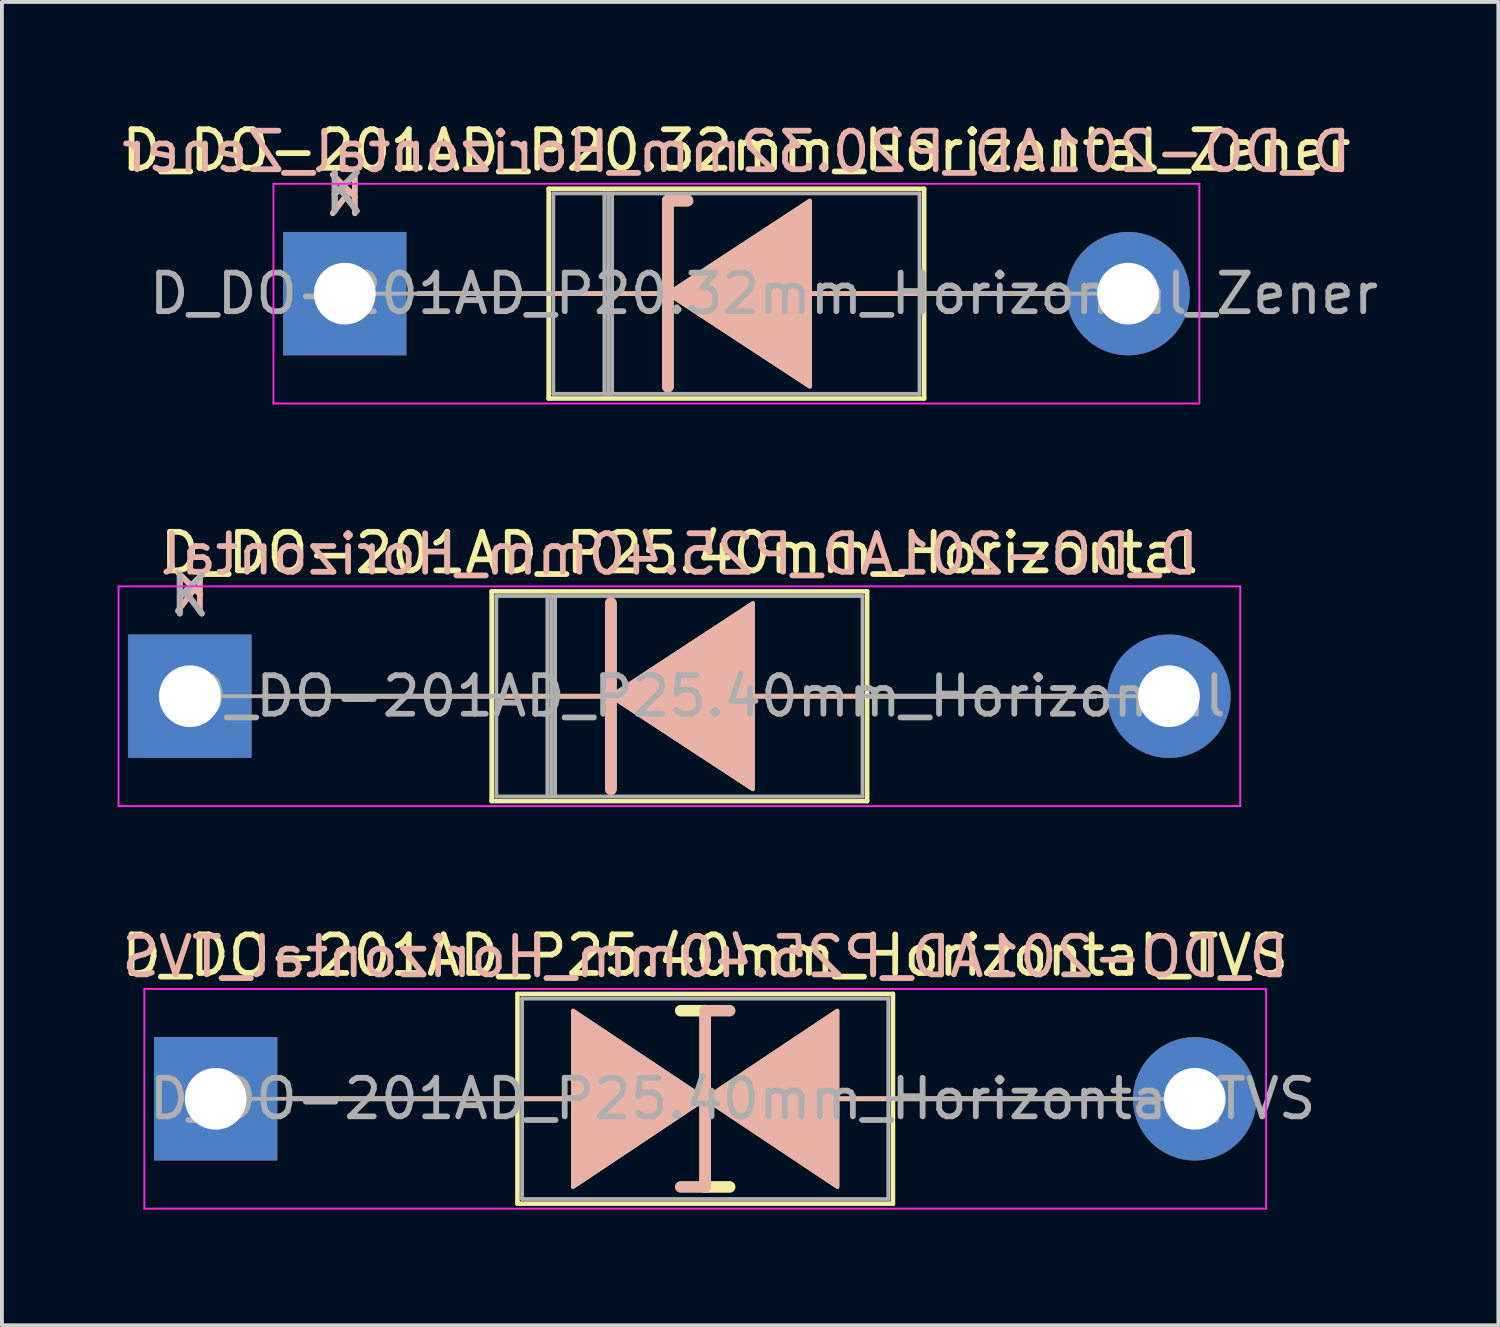
<source format=kicad_pcb>
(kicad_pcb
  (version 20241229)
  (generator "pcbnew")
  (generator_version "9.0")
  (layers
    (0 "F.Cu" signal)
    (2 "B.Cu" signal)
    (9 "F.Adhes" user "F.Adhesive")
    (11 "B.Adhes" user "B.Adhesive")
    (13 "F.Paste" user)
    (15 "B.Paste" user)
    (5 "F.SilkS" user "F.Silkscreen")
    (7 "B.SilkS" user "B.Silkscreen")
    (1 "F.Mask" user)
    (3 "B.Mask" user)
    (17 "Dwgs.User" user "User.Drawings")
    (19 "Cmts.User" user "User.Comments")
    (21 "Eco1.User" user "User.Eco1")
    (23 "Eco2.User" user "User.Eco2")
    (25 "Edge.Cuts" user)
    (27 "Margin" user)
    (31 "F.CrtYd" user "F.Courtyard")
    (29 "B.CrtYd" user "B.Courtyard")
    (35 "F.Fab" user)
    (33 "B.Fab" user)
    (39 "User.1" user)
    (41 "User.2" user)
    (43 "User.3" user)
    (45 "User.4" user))
  (footprint "D_DO-201AD_P25.40mm_Horizontal"
    (layer "F.Cu")
    (at 1.875 15.011)
    (property "Reference" "D_DO-201AD_P25.40mm_Horizontal" (at 12.7 -3.72 0) (layer "F.SilkS") (effects (font (size 1 1) (thickness 0.15))))
    (fp_line (start 1.905 0) (end 7.83 0) (stroke (width 0.12) (type solid)) (layer "F.SilkS"))
    (fp_line (start 7.83 -2.72) (end 7.83 2.72) (stroke (width 0.12) (type solid)) (layer "F.SilkS"))
    (fp_line (start 7.83 2.72) (end 17.57 2.72) (stroke (width 0.12) (type solid)) (layer "F.SilkS"))
    (fp_line (start 10.795 0) (end 7.83 0) (stroke (width 0.12) (type solid)) (layer "F.SilkS"))
    (fp_line (start 10.922 -2.413) (end 10.922 2.413) (stroke (width 0.3) (type solid)) (layer "F.SilkS"))
    (fp_line (start 14.605 0) (end 17.57 0) (stroke (width 0.12) (type solid)) (layer "F.SilkS"))
    (fp_line (start 17.57 -2.72) (end 7.83 -2.72) (stroke (width 0.12) (type solid)) (layer "F.SilkS"))
    (fp_line (start 17.57 2.72) (end 17.57 -2.72) (stroke (width 0.12) (type solid)) (layer "F.SilkS"))
    (fp_line (start 23.495 0) (end 17.57 0) (stroke (width 0.12) (type solid)) (layer "F.SilkS"))
    (fp_poly (pts (xy 14.605 2.413) (xy 10.922 0) (xy 14.605 -2.413)) (stroke (width 0.1) (type solid)) (fill yes) (layer "F.SilkS"))
    (fp_line (start 1.905 0) (end 7.83 0) (stroke (width 0.12) (type solid)) (layer "B.SilkS"))
    (fp_line (start 10.795 0) (end 7.83 0) (stroke (width 0.12) (type solid)) (layer "B.SilkS"))
    (fp_line (start 10.922 2.413) (end 10.922 -2.413) (stroke (width 0.3) (type solid)) (layer "B.SilkS"))
    (fp_line (start 14.605 0) (end 17.57 0) (stroke (width 0.12) (type solid)) (layer "B.SilkS"))
    (fp_line (start 23.495 0) (end 17.57 0) (stroke (width 0.12) (type solid)) (layer "B.SilkS"))
    (fp_poly (pts (xy 14.605 -2.413) (xy 10.922 0) (xy 14.605 2.413)) (stroke (width 0.1) (type solid)) (fill yes) (layer "B.SilkS"))
    (fp_line (start -1.85 -2.85) (end -1.85 2.85) (stroke (width 0.05) (type solid)) (layer "F.CrtYd"))
    (fp_line (start -1.85 2.85) (end 27.25 2.85) (stroke (width 0.05) (type solid)) (layer "F.CrtYd"))
    (fp_line (start 27.25 -2.85) (end -1.85 -2.85) (stroke (width 0.05) (type solid)) (layer "F.CrtYd"))
    (fp_line (start 27.25 2.85) (end 27.25 -2.85) (stroke (width 0.05) (type solid)) (layer "F.CrtYd"))
    (fp_line (start 0 0) (end 7.95 0) (stroke (width 0.1) (type solid)) (layer "F.Fab"))
    (fp_line (start 7.95 -2.6) (end 7.95 2.6) (stroke (width 0.1) (type solid)) (layer "F.Fab"))
    (fp_line (start 7.95 2.6) (end 17.45 2.6) (stroke (width 0.1) (type solid)) (layer "F.Fab"))
    (fp_line (start 9.275 -2.6) (end 9.275 2.6) (stroke (width 0.1) (type solid)) (layer "F.Fab"))
    (fp_line (start 9.375 -2.6) (end 9.375 2.6) (stroke (width 0.1) (type solid)) (layer "F.Fab"))
    (fp_line (start 9.475 -2.6) (end 9.475 2.6) (stroke (width 0.1) (type solid)) (layer "F.Fab"))
    (fp_line (start 17.45 -2.6) (end 7.95 -2.6) (stroke (width 0.1) (type solid)) (layer "F.Fab"))
    (fp_line (start 17.45 2.6) (end 17.45 -2.6) (stroke (width 0.1) (type solid)) (layer "F.Fab"))
    (fp_line (start 25.4 0) (end 17.45 0) (stroke (width 0.1) (type solid)) (layer "F.Fab"))
    (fp_text user "K" (at 0 -2.6 0) (layer "F.SilkS") (effects (font (size 1 1) (thickness 0.15))))
    (fp_text user "K" (at 0 -2.667 0) (layer "B.SilkS") (effects (font (size 1 1) (thickness 0.15)) (justify mirror)))
    (fp_text user "${REFERENCE}" (at 12.7 -3.683 0) (layer "B.SilkS") (effects (font (size 1 1) (thickness 0.15)) (justify mirror)))
    (fp_text user "K" (at 0 -2.6 0) (layer "F.Fab") (effects (font (size 1 1) (thickness 0.15))))
    (fp_text user "${REFERENCE}" (at 13.412 0 0) (layer "F.Fab") (effects (font (size 1 1) (thickness 0.15))))
    (pad "1" thru_hole rect (at 0 0) (size 3.2 3.2) (drill 1.6) (layers "*.Cu" "*.Mask"))
    (pad "2" thru_hole oval (at 25.4 0) (size 3.2 3.2) (drill 1.6) (layers "*.Cu" "*.Mask")))
  (footprint "D_DO-201AD_P25.40mm_Horizontal_TVS"
    (layer "F.Cu")
    (at 2.544 25.455)
    (property "Reference" "D_DO-201AD_P25.40mm_Horizontal_TVS" (at 12.7 -3.72 0) (layer "F.SilkS") (effects (font (size 1 1) (thickness 0.15))))
    (fp_line (start 1.905 0) (end 7.83 0) (stroke (width 0.12) (type solid)) (layer "F.SilkS"))
    (fp_line (start 7.83 -2.72) (end 7.83 2.72) (stroke (width 0.12) (type solid)) (layer "F.SilkS"))
    (fp_line (start 7.83 0) (end 9.271 0) (stroke (width 0.12) (type solid)) (layer "F.SilkS"))
    (fp_line (start 7.83 2.72) (end 17.57 2.72) (stroke (width 0.12) (type solid)) (layer "F.SilkS"))
    (fp_line (start 12.7 -2.286) (end 12.065 -2.286) (stroke (width 0.3) (type solid)) (layer "F.SilkS"))
    (fp_line (start 12.7 2.286) (end 12.7 -2.286) (stroke (width 0.3) (type solid)) (layer "F.SilkS"))
    (fp_line (start 13.335 2.286) (end 12.7 2.286) (stroke (width 0.3) (type solid)) (layer "F.SilkS"))
    (fp_line (start 16.129 0) (end 17.57 0) (stroke (width 0.12) (type solid)) (layer "F.SilkS"))
    (fp_line (start 17.57 -2.72) (end 7.83 -2.72) (stroke (width 0.12) (type solid)) (layer "F.SilkS"))
    (fp_line (start 17.57 2.72) (end 17.57 -2.72) (stroke (width 0.12) (type solid)) (layer "F.SilkS"))
    (fp_line (start 23.495 0) (end 17.57 0) (stroke (width 0.12) (type solid)) (layer "F.SilkS"))
    (fp_poly (pts (xy 12.7 0) (xy 9.271 2.286) (xy 9.271 -2.286)) (stroke (width 0.1) (type solid)) (fill yes) (layer "F.SilkS"))
    (fp_poly (pts (xy 12.7 0) (xy 16.129 -2.286) (xy 16.129 2.286)) (stroke (width 0.1) (type solid)) (fill yes) (layer "F.SilkS"))
    (fp_line (start 1.905 0) (end 7.83 0) (stroke (width 0.12) (type solid)) (layer "B.SilkS"))
    (fp_line (start 7.83 0) (end 9.271 0) (stroke (width 0.12) (type solid)) (layer "B.SilkS"))
    (fp_line (start 12.7 -2.286) (end 12.7 2.286) (stroke (width 0.3) (type solid)) (layer "B.SilkS"))
    (fp_line (start 12.7 2.286) (end 12.065 2.286) (stroke (width 0.3) (type solid)) (layer "B.SilkS"))
    (fp_line (start 13.335 -2.286) (end 12.7 -2.286) (stroke (width 0.3) (type solid)) (layer "B.SilkS"))
    (fp_line (start 16.129 0) (end 17.57 0) (stroke (width 0.12) (type solid)) (layer "B.SilkS"))
    (fp_line (start 23.495 0) (end 17.57 0) (stroke (width 0.12) (type solid)) (layer "B.SilkS"))
    (fp_poly (pts (xy 12.7 0) (xy 9.271 -2.286) (xy 9.271 2.286)) (stroke (width 0.1) (type solid)) (fill yes) (layer "B.SilkS"))
    (fp_poly (pts (xy 12.7 0) (xy 16.129 2.286) (xy 16.129 -2.286)) (stroke (width 0.1) (type solid)) (fill yes) (layer "B.SilkS"))
    (fp_line (start -1.85 -2.85) (end -1.85 2.85) (stroke (width 0.05) (type solid)) (layer "F.CrtYd"))
    (fp_line (start -1.85 2.85) (end 27.25 2.85) (stroke (width 0.05) (type solid)) (layer "F.CrtYd"))
    (fp_line (start 27.25 -2.85) (end -1.85 -2.85) (stroke (width 0.05) (type solid)) (layer "F.CrtYd"))
    (fp_line (start 27.25 2.85) (end 27.25 -2.85) (stroke (width 0.05) (type solid)) (layer "F.CrtYd"))
    (fp_line (start 0 0) (end 7.95 0) (stroke (width 0.1) (type solid)) (layer "F.Fab"))
    (fp_line (start 7.95 -2.6) (end 7.95 2.6) (stroke (width 0.1) (type solid)) (layer "F.Fab"))
    (fp_line (start 7.95 2.6) (end 17.45 2.6) (stroke (width 0.1) (type solid)) (layer "F.Fab"))
    (fp_line (start 17.45 -2.6) (end 7.95 -2.6) (stroke (width 0.1) (type solid)) (layer "F.Fab"))
    (fp_line (start 17.45 2.6) (end 17.45 -2.6) (stroke (width 0.1) (type solid)) (layer "F.Fab"))
    (fp_line (start 25.4 0) (end 17.45 0) (stroke (width 0.1) (type solid)) (layer "F.Fab"))
    (fp_text user "${REFERENCE}" (at 12.7 -3.683 0) (layer "B.SilkS") (effects (font (size 1 1) (thickness 0.15)) (justify mirror)))
    (fp_text user "${REFERENCE}" (at 13.412 0 0) (layer "F.Fab") (effects (font (size 1 1) (thickness 0.15))))
    (pad "1" thru_hole rect (at 0 0) (size 3.2 3.2) (drill 1.6) (layers "*.Cu" "*.Mask"))
    (pad "2" thru_hole oval (at 25.4 0) (size 3.2 3.2) (drill 1.6) (layers "*.Cu" "*.Mask")))
  (footprint "D_DO-201AD_P20.32mm_Horizontal_Zener"
    (layer "F.Cu")
    (at 5.894 4.568)
    (property "Reference" "D_DO-201AD_P20.32mm_Horizontal_Zener" (at 10.16 -3.72 0) (layer "F.SilkS") (effects (font (size 1 1) (thickness 0.15))))
    (fp_line (start 1.905 0) (end 5.29 0) (stroke (width 0.12) (type solid)) (layer "F.SilkS"))
    (fp_line (start 5.29 -2.72) (end 5.29 2.72) (stroke (width 0.12) (type solid)) (layer "F.SilkS"))
    (fp_line (start 5.29 2.72) (end 15.03 2.72) (stroke (width 0.12) (type solid)) (layer "F.SilkS"))
    (fp_line (start 8.255 0) (end 5.29 0) (stroke (width 0.12) (type solid)) (layer "F.SilkS"))
    (fp_line (start 8.382 -2.413) (end 8.382 2.413) (stroke (width 0.3) (type solid)) (layer "F.SilkS"))
    (fp_line (start 8.382 -2.413) (end 8.89 -2.413) (stroke (width 0.3) (type solid)) (layer "F.SilkS"))
    (fp_line (start 12.065 0) (end 15.03 0) (stroke (width 0.12) (type solid)) (layer "F.SilkS"))
    (fp_line (start 15.03 -2.72) (end 5.29 -2.72) (stroke (width 0.12) (type solid)) (layer "F.SilkS"))
    (fp_line (start 15.03 2.72) (end 15.03 -2.72) (stroke (width 0.12) (type solid)) (layer "F.SilkS"))
    (fp_line (start 18.415 0) (end 15.03 0) (stroke (width 0.12) (type solid)) (layer "F.SilkS"))
    (fp_poly (pts (xy 12.065 2.413) (xy 8.382 0) (xy 12.065 -2.413)) (stroke (width 0.1) (type solid)) (fill yes) (layer "F.SilkS"))
    (fp_line (start 1.905 0) (end 5.29 0) (stroke (width 0.12) (type solid)) (layer "B.SilkS"))
    (fp_line (start 8.255 0) (end 5.29 0) (stroke (width 0.12) (type solid)) (layer "B.SilkS"))
    (fp_line (start 8.382 -2.413) (end 8.89 -2.413) (stroke (width 0.3) (type solid)) (layer "B.SilkS"))
    (fp_line (start 8.382 2.413) (end 8.382 -2.413) (stroke (width 0.3) (type solid)) (layer "B.SilkS"))
    (fp_line (start 12.065 0) (end 15.03 0) (stroke (width 0.12) (type solid)) (layer "B.SilkS"))
    (fp_line (start 18.415 0) (end 15.03 0) (stroke (width 0.12) (type solid)) (layer "B.SilkS"))
    (fp_poly (pts (xy 12.065 -2.413) (xy 8.382 0) (xy 12.065 2.413)) (stroke (width 0.1) (type solid)) (fill yes) (layer "B.SilkS"))
    (fp_line (start -1.85 -2.85) (end -1.85 2.85) (stroke (width 0.05) (type solid)) (layer "F.CrtYd"))
    (fp_line (start -1.85 2.85) (end 22.17 2.85) (stroke (width 0.05) (type solid)) (layer "F.CrtYd"))
    (fp_line (start 22.17 -2.85) (end -1.85 -2.85) (stroke (width 0.05) (type solid)) (layer "F.CrtYd"))
    (fp_line (start 22.17 2.85) (end 22.17 -2.85) (stroke (width 0.05) (type solid)) (layer "F.CrtYd"))
    (fp_line (start 0 0) (end 5.41 0) (stroke (width 0.1) (type solid)) (layer "F.Fab"))
    (fp_line (start 5.41 -2.6) (end 5.41 2.6) (stroke (width 0.1) (type solid)) (layer "F.Fab"))
    (fp_line (start 5.41 2.6) (end 14.91 2.6) (stroke (width 0.1) (type solid)) (layer "F.Fab"))
    (fp_line (start 6.735 -2.6) (end 6.735 2.6) (stroke (width 0.1) (type solid)) (layer "F.Fab"))
    (fp_line (start 6.835 -2.6) (end 6.835 2.6) (stroke (width 0.1) (type solid)) (layer "F.Fab"))
    (fp_line (start 6.935 -2.6) (end 6.935 2.6) (stroke (width 0.1) (type solid)) (layer "F.Fab"))
    (fp_line (start 14.91 -2.6) (end 5.41 -2.6) (stroke (width 0.1) (type solid)) (layer "F.Fab"))
    (fp_line (start 14.91 2.6) (end 14.91 -2.6) (stroke (width 0.1) (type solid)) (layer "F.Fab"))
    (fp_line (start 20.32 0) (end 14.91 0) (stroke (width 0.1) (type solid)) (layer "F.Fab"))
    (fp_text user "K" (at 0 -2.6 0) (layer "F.SilkS") (effects (font (size 1 1) (thickness 0.15))))
    (fp_text user "${REFERENCE}" (at 10.16 -3.683 0) (layer "B.SilkS") (effects (font (size 1 1) (thickness 0.15)) (justify mirror)))
    (fp_text user "K" (at 0 -2.54 0) (layer "B.SilkS") (effects (font (size 1 1) (thickness 0.15)) (justify mirror)))
    (fp_text user "${REFERENCE}" (at 10.873 0 0) (layer "F.Fab") (effects (font (size 1 1) (thickness 0.15))))
    (fp_text user "K" (at 0 -2.6 0) (layer "F.Fab") (effects (font (size 1 1) (thickness 0.15))))
    (pad "1" thru_hole rect (at 0 0) (size 3.2 3.2) (drill 1.6) (layers "*.Cu" "*.Mask"))
    (pad "2" thru_hole oval (at 20.32 0) (size 3.2 3.2) (drill 1.6) (layers "*.Cu" "*.Mask")))
  (gr_rect
    (start -3 -3)
    (end 35.82 31.33)
    (stroke (width 0.1) (type default))
    (fill no)
    (layer "Edge.Cuts")))
</source>
